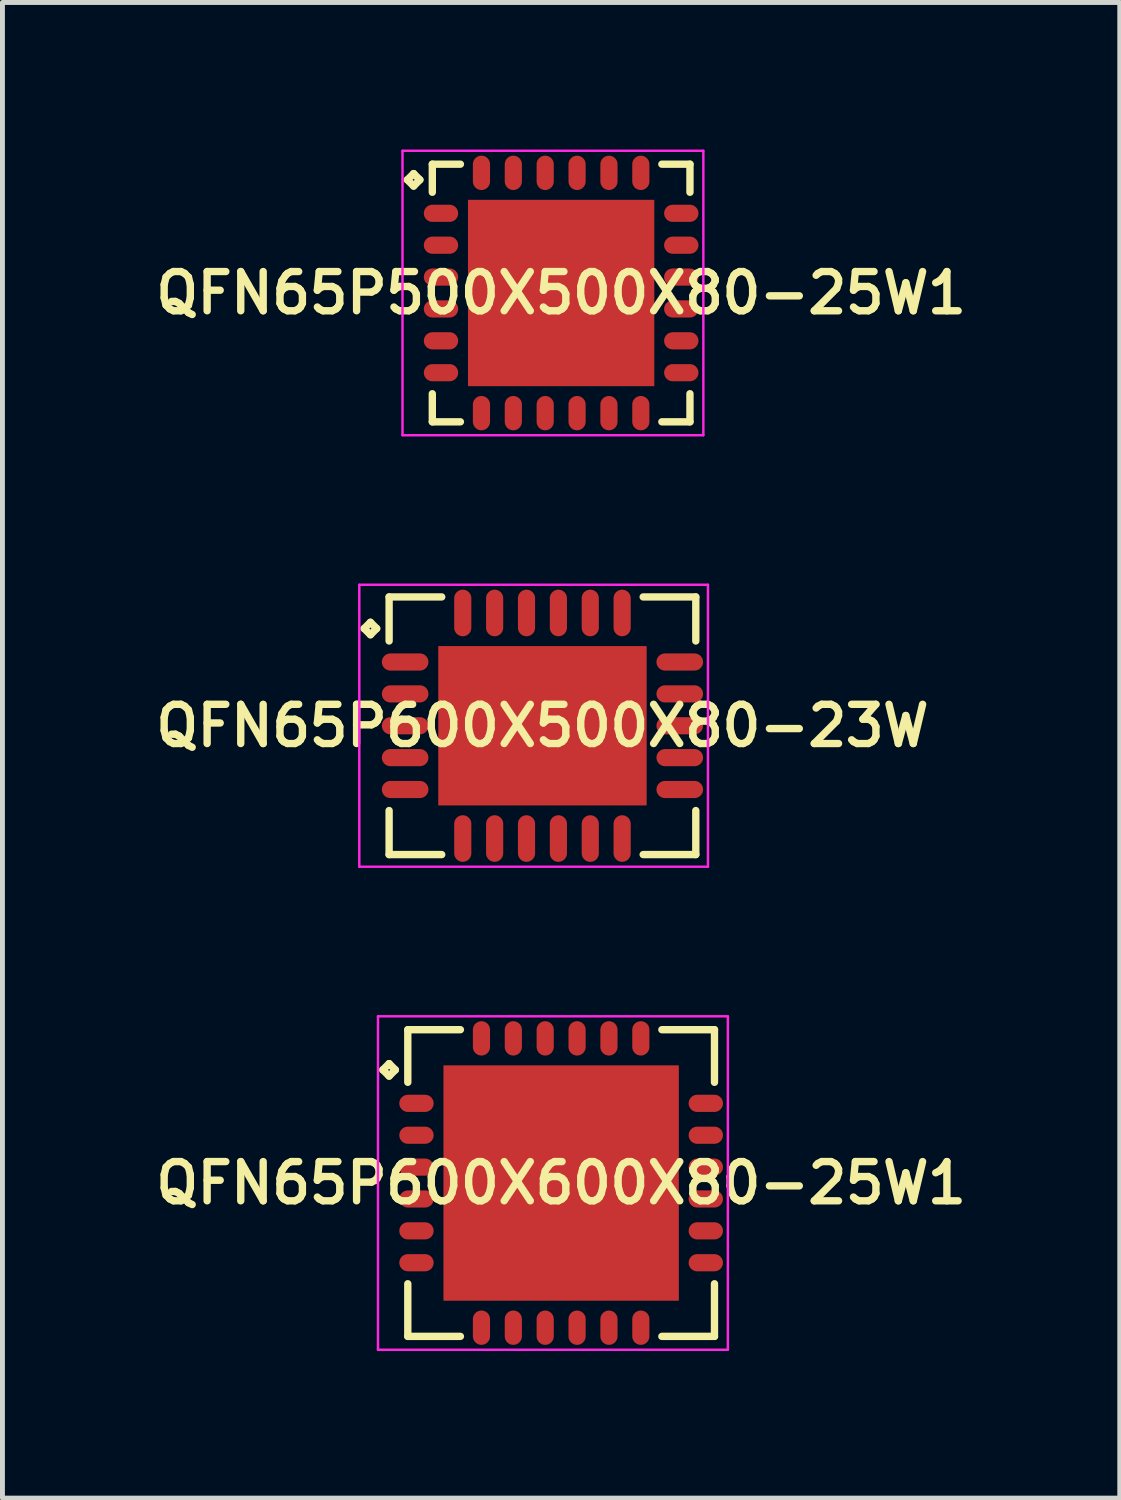
<source format=kicad_pcb>
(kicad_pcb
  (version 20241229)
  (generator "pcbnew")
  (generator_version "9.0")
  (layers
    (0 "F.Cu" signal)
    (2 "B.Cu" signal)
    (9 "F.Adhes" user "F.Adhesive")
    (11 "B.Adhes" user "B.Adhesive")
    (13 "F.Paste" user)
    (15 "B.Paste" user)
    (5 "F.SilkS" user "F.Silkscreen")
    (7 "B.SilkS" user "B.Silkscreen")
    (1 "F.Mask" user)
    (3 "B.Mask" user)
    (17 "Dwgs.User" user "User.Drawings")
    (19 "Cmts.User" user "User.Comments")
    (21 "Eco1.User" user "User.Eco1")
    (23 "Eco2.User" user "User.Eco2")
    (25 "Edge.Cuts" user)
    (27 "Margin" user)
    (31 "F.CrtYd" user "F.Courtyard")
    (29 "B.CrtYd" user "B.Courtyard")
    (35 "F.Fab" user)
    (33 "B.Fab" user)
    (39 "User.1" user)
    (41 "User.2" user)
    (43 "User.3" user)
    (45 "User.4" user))
  (footprint "QFN65P600X600X80-25W1"
    (layer "F.Cu")
    (at 8.393 21.075)
    (property "Reference" "QFN65P600X600X80-25W1" (at 0 0 0) (layer "F.SilkS") (effects (font (size 0.8 0.8) (thickness 0.15))))
    (attr smd)
    (fp_line (start -3.635 -2.308) (end -3.508 -2.435) (stroke (width 0.15) (type solid)) (layer "F.SilkS"))
    (fp_line (start -3.508 -2.435) (end -3.381 -2.308) (stroke (width 0.15) (type solid)) (layer "F.SilkS"))
    (fp_line (start -3.508 -2.181) (end -3.635 -2.308) (stroke (width 0.15) (type solid)) (layer "F.SilkS"))
    (fp_line (start -3.381 -2.308) (end -3.508 -2.181) (stroke (width 0.15) (type solid)) (layer "F.SilkS"))
    (fp_line (start -3.127 -3.127) (end -2.054 -3.127) (stroke (width 0.15) (type solid)) (layer "F.SilkS"))
    (fp_line (start -3.127 -2.054) (end -3.127 -3.127) (stroke (width 0.15) (type solid)) (layer "F.SilkS"))
    (fp_line (start -3.127 2.054) (end -3.127 3.127) (stroke (width 0.15) (type solid)) (layer "F.SilkS"))
    (fp_line (start -3.127 3.127) (end -2.054 3.127) (stroke (width 0.15) (type solid)) (layer "F.SilkS"))
    (fp_line (start 2.054 -3.127) (end 3.127 -3.127) (stroke (width 0.15) (type solid)) (layer "F.SilkS"))
    (fp_line (start 2.054 3.127) (end 3.127 3.127) (stroke (width 0.15) (type solid)) (layer "F.SilkS"))
    (fp_line (start 3.127 -3.127) (end 3.127 -2.054) (stroke (width 0.15) (type solid)) (layer "F.SilkS"))
    (fp_line (start 3.127 3.127) (end 3.127 2.054) (stroke (width 0.15) (type solid)) (layer "F.SilkS"))
    (fp_line (start -3.735 -3.4) (end 3.4 -3.4) (stroke (width 0.05) (type solid)) (layer "F.CrtYd"))
    (fp_line (start -3.735 3.4) (end -3.735 -3.4) (stroke (width 0.05) (type solid)) (layer "F.CrtYd"))
    (fp_line (start 3.4 -3.4) (end 3.4 3.4) (stroke (width 0.05) (type solid)) (layer "F.CrtYd"))
    (fp_line (start 3.4 3.4) (end -3.735 3.4) (stroke (width 0.05) (type solid)) (layer "F.CrtYd"))
    (pad "1" smd oval (at -2.95 -1.625) (size 0.7 0.35) (layers "F.Cu" "F.Mask" "F.Paste"))
    (pad "2" smd oval (at -2.95 -0.975) (size 0.7 0.35) (layers "F.Cu" "F.Mask" "F.Paste"))
    (pad "3" smd oval (at -2.95 -0.325) (size 0.7 0.35) (layers "F.Cu" "F.Mask" "F.Paste"))
    (pad "4" smd oval (at -2.95 0.325) (size 0.7 0.35) (layers "F.Cu" "F.Mask" "F.Paste"))
    (pad "5" smd oval (at -2.95 0.975) (size 0.7 0.35) (layers "F.Cu" "F.Mask" "F.Paste"))
    (pad "6" smd oval (at -2.95 1.625) (size 0.7 0.35) (layers "F.Cu" "F.Mask" "F.Paste"))
    (pad "7" smd oval (at -1.625 2.95) (size 0.35 0.7) (layers "F.Cu" "F.Mask" "F.Paste"))
    (pad "8" smd oval (at -0.975 2.95) (size 0.35 0.7) (layers "F.Cu" "F.Mask" "F.Paste"))
    (pad "9" smd oval (at -0.325 2.95) (size 0.35 0.7) (layers "F.Cu" "F.Mask" "F.Paste"))
    (pad "10" smd oval (at 0.325 2.95) (size 0.35 0.7) (layers "F.Cu" "F.Mask" "F.Paste"))
    (pad "11" smd oval (at 0.975 2.95) (size 0.35 0.7) (layers "F.Cu" "F.Mask" "F.Paste"))
    (pad "12" smd oval (at 1.625 2.95) (size 0.35 0.7) (layers "F.Cu" "F.Mask" "F.Paste"))
    (pad "13" smd oval (at 2.95 1.625) (size 0.7 0.35) (layers "F.Cu" "F.Mask" "F.Paste"))
    (pad "14" smd oval (at 2.95 0.975) (size 0.7 0.35) (layers "F.Cu" "F.Mask" "F.Paste"))
    (pad "15" smd oval (at 2.95 0.325) (size 0.7 0.35) (layers "F.Cu" "F.Mask" "F.Paste"))
    (pad "16" smd oval (at 2.95 -0.325) (size 0.7 0.35) (layers "F.Cu" "F.Mask" "F.Paste"))
    (pad "17" smd oval (at 2.95 -0.975) (size 0.7 0.35) (layers "F.Cu" "F.Mask" "F.Paste"))
    (pad "18" smd oval (at 2.95 -1.625) (size 0.7 0.35) (layers "F.Cu" "F.Mask" "F.Paste"))
    (pad "19" smd oval (at 1.625 -2.95) (size 0.35 0.7) (layers "F.Cu" "F.Mask" "F.Paste"))
    (pad "20" smd oval (at 0.975 -2.95) (size 0.35 0.7) (layers "F.Cu" "F.Mask" "F.Paste"))
    (pad "21" smd oval (at 0.325 -2.95) (size 0.35 0.7) (layers "F.Cu" "F.Mask" "F.Paste"))
    (pad "22" smd oval (at -0.325 -2.95) (size 0.35 0.7) (layers "F.Cu" "F.Mask" "F.Paste"))
    (pad "23" smd oval (at -0.975 -2.95) (size 0.35 0.7) (layers "F.Cu" "F.Mask" "F.Paste"))
    (pad "24" smd oval (at -1.625 -2.95) (size 0.35 0.7) (layers "F.Cu" "F.Mask" "F.Paste"))
    (pad "25" smd rect (at 0 0) (size 4.8 4.8) (layers "F.Cu" "F.Mask" "F.Paste")))
  (footprint "QFN65P600X500X80-23W"
    (layer "F.Cu")
    (at 8.012 11.75)
    (property "Reference" "QFN65P600X500X80-23W" (at 0 0 0) (layer "F.SilkS") (effects (font (size 0.8 0.8) (thickness 0.15))))
    (attr smd)
    (fp_line (start -3.635 -1.983) (end -3.508 -2.11) (stroke (width 0.15) (type solid)) (layer "F.SilkS"))
    (fp_line (start -3.508 -2.11) (end -3.381 -1.983) (stroke (width 0.15) (type solid)) (layer "F.SilkS"))
    (fp_line (start -3.508 -1.856) (end -3.635 -1.983) (stroke (width 0.15) (type solid)) (layer "F.SilkS"))
    (fp_line (start -3.381 -1.983) (end -3.508 -1.856) (stroke (width 0.15) (type solid)) (layer "F.SilkS"))
    (fp_line (start -3.127 -2.627) (end -2.054 -2.627) (stroke (width 0.15) (type solid)) (layer "F.SilkS"))
    (fp_line (start -3.127 -1.729) (end -3.127 -2.627) (stroke (width 0.15) (type solid)) (layer "F.SilkS"))
    (fp_line (start -3.127 1.729) (end -3.127 2.627) (stroke (width 0.15) (type solid)) (layer "F.SilkS"))
    (fp_line (start -3.127 2.627) (end -2.054 2.627) (stroke (width 0.15) (type solid)) (layer "F.SilkS"))
    (fp_line (start 2.054 -2.627) (end 3.127 -2.627) (stroke (width 0.15) (type solid)) (layer "F.SilkS"))
    (fp_line (start 2.054 2.627) (end 3.127 2.627) (stroke (width 0.15) (type solid)) (layer "F.SilkS"))
    (fp_line (start 3.127 -2.627) (end 3.127 -1.729) (stroke (width 0.15) (type solid)) (layer "F.SilkS"))
    (fp_line (start 3.127 2.627) (end 3.127 1.729) (stroke (width 0.15) (type solid)) (layer "F.SilkS"))
    (fp_line (start -3.735 -2.875) (end 3.375 -2.875) (stroke (width 0.05) (type solid)) (layer "F.CrtYd"))
    (fp_line (start -3.735 2.875) (end -3.735 -2.875) (stroke (width 0.05) (type solid)) (layer "F.CrtYd"))
    (fp_line (start 3.375 -2.875) (end 3.375 2.875) (stroke (width 0.05) (type solid)) (layer "F.CrtYd"))
    (fp_line (start 3.375 2.875) (end -3.735 2.875) (stroke (width 0.05) (type solid)) (layer "F.CrtYd"))
    (pad "1" smd oval (at -2.8 -1.3) (size 0.95 0.35) (layers "F.Cu" "F.Mask" "F.Paste"))
    (pad "2" smd oval (at -2.8 -0.65) (size 0.95 0.35) (layers "F.Cu" "F.Mask" "F.Paste"))
    (pad "3" smd oval (at -2.8 0) (size 0.95 0.35) (layers "F.Cu" "F.Mask" "F.Paste"))
    (pad "4" smd oval (at -2.8 0.65) (size 0.95 0.35) (layers "F.Cu" "F.Mask" "F.Paste"))
    (pad "5" smd oval (at -2.8 1.3) (size 0.95 0.35) (layers "F.Cu" "F.Mask" "F.Paste"))
    (pad "6" smd oval (at -1.625 2.3) (size 0.35 0.95) (layers "F.Cu" "F.Mask" "F.Paste"))
    (pad "7" smd oval (at -0.975 2.3) (size 0.35 0.95) (layers "F.Cu" "F.Mask" "F.Paste"))
    (pad "8" smd oval (at -0.325 2.3) (size 0.35 0.95) (layers "F.Cu" "F.Mask" "F.Paste"))
    (pad "9" smd oval (at 0.325 2.3) (size 0.35 0.95) (layers "F.Cu" "F.Mask" "F.Paste"))
    (pad "10" smd oval (at 0.975 2.3) (size 0.35 0.95) (layers "F.Cu" "F.Mask" "F.Paste"))
    (pad "11" smd oval (at 1.625 2.3) (size 0.35 0.95) (layers "F.Cu" "F.Mask" "F.Paste"))
    (pad "12" smd oval (at 2.8 1.3) (size 0.95 0.35) (layers "F.Cu" "F.Mask" "F.Paste"))
    (pad "13" smd oval (at 2.8 0.65) (size 0.95 0.35) (layers "F.Cu" "F.Mask" "F.Paste"))
    (pad "14" smd oval (at 2.8 0) (size 0.95 0.35) (layers "F.Cu" "F.Mask" "F.Paste"))
    (pad "15" smd oval (at 2.8 -0.65) (size 0.95 0.35) (layers "F.Cu" "F.Mask" "F.Paste"))
    (pad "16" smd oval (at 2.8 -1.3) (size 0.95 0.35) (layers "F.Cu" "F.Mask" "F.Paste"))
    (pad "17" smd oval (at 1.625 -2.3) (size 0.35 0.95) (layers "F.Cu" "F.Mask" "F.Paste"))
    (pad "18" smd oval (at 0.975 -2.3) (size 0.35 0.95) (layers "F.Cu" "F.Mask" "F.Paste"))
    (pad "19" smd oval (at 0.325 -2.3) (size 0.35 0.95) (layers "F.Cu" "F.Mask" "F.Paste"))
    (pad "20" smd oval (at -0.325 -2.3) (size 0.35 0.95) (layers "F.Cu" "F.Mask" "F.Paste"))
    (pad "21" smd oval (at -0.975 -2.3) (size 0.35 0.95) (layers "F.Cu" "F.Mask" "F.Paste"))
    (pad "22" smd oval (at -1.625 -2.3) (size 0.35 0.95) (layers "F.Cu" "F.Mask" "F.Paste"))
    (pad "23" smd rect (at 0 0) (size 4.25 3.25) (layers "F.Cu" "F.Mask" "F.Paste")))
  (footprint "QFN65P500X500X80-25W1"
    (layer "F.Cu")
    (at 8.393 2.925)
    (property "Reference" "QFN65P500X500X80-25W1" (at 0 0 0) (layer "F.SilkS") (effects (font (size 0.8 0.8) (thickness 0.15))))
    (attr smd)
    (fp_line (start -3.135 -2.308) (end -3.008 -2.435) (stroke (width 0.15) (type solid)) (layer "F.SilkS"))
    (fp_line (start -3.008 -2.435) (end -2.881 -2.308) (stroke (width 0.15) (type solid)) (layer "F.SilkS"))
    (fp_line (start -3.008 -2.181) (end -3.135 -2.308) (stroke (width 0.15) (type solid)) (layer "F.SilkS"))
    (fp_line (start -2.881 -2.308) (end -3.008 -2.181) (stroke (width 0.15) (type solid)) (layer "F.SilkS"))
    (fp_line (start -2.627 -2.627) (end -2.054 -2.627) (stroke (width 0.15) (type solid)) (layer "F.SilkS"))
    (fp_line (start -2.627 -2.054) (end -2.627 -2.627) (stroke (width 0.15) (type solid)) (layer "F.SilkS"))
    (fp_line (start -2.627 2.054) (end -2.627 2.627) (stroke (width 0.15) (type solid)) (layer "F.SilkS"))
    (fp_line (start -2.627 2.627) (end -2.054 2.627) (stroke (width 0.15) (type solid)) (layer "F.SilkS"))
    (fp_line (start 2.054 -2.627) (end 2.627 -2.627) (stroke (width 0.15) (type solid)) (layer "F.SilkS"))
    (fp_line (start 2.054 2.627) (end 2.627 2.627) (stroke (width 0.15) (type solid)) (layer "F.SilkS"))
    (fp_line (start 2.627 -2.627) (end 2.627 -2.054) (stroke (width 0.15) (type solid)) (layer "F.SilkS"))
    (fp_line (start 2.627 2.627) (end 2.627 2.054) (stroke (width 0.15) (type solid)) (layer "F.SilkS"))
    (fp_line (start -3.235 -2.9) (end 2.9 -2.9) (stroke (width 0.05) (type solid)) (layer "F.CrtYd"))
    (fp_line (start -3.235 2.9) (end -3.235 -2.9) (stroke (width 0.05) (type solid)) (layer "F.CrtYd"))
    (fp_line (start 2.9 -2.9) (end 2.9 2.9) (stroke (width 0.05) (type solid)) (layer "F.CrtYd"))
    (fp_line (start 2.9 2.9) (end -3.235 2.9) (stroke (width 0.05) (type solid)) (layer "F.CrtYd"))
    (pad "1" smd oval (at -2.45 -1.625) (size 0.7 0.35) (layers "F.Cu" "F.Mask" "F.Paste"))
    (pad "2" smd oval (at -2.45 -0.975) (size 0.7 0.35) (layers "F.Cu" "F.Mask" "F.Paste"))
    (pad "3" smd oval (at -2.45 -0.325) (size 0.7 0.35) (layers "F.Cu" "F.Mask" "F.Paste"))
    (pad "4" smd oval (at -2.45 0.325) (size 0.7 0.35) (layers "F.Cu" "F.Mask" "F.Paste"))
    (pad "5" smd oval (at -2.45 0.975) (size 0.7 0.35) (layers "F.Cu" "F.Mask" "F.Paste"))
    (pad "6" smd oval (at -2.45 1.625) (size 0.7 0.35) (layers "F.Cu" "F.Mask" "F.Paste"))
    (pad "7" smd oval (at -1.625 2.45) (size 0.35 0.7) (layers "F.Cu" "F.Mask" "F.Paste"))
    (pad "8" smd oval (at -0.975 2.45) (size 0.35 0.7) (layers "F.Cu" "F.Mask" "F.Paste"))
    (pad "9" smd oval (at -0.325 2.45) (size 0.35 0.7) (layers "F.Cu" "F.Mask" "F.Paste"))
    (pad "10" smd oval (at 0.325 2.45) (size 0.35 0.7) (layers "F.Cu" "F.Mask" "F.Paste"))
    (pad "11" smd oval (at 0.975 2.45) (size 0.35 0.7) (layers "F.Cu" "F.Mask" "F.Paste"))
    (pad "12" smd oval (at 1.625 2.45) (size 0.35 0.7) (layers "F.Cu" "F.Mask" "F.Paste"))
    (pad "13" smd oval (at 2.45 1.625) (size 0.7 0.35) (layers "F.Cu" "F.Mask" "F.Paste"))
    (pad "14" smd oval (at 2.45 0.975) (size 0.7 0.35) (layers "F.Cu" "F.Mask" "F.Paste"))
    (pad "15" smd oval (at 2.45 0.325) (size 0.7 0.35) (layers "F.Cu" "F.Mask" "F.Paste"))
    (pad "16" smd oval (at 2.45 -0.325) (size 0.7 0.35) (layers "F.Cu" "F.Mask" "F.Paste"))
    (pad "17" smd oval (at 2.45 -0.975) (size 0.7 0.35) (layers "F.Cu" "F.Mask" "F.Paste"))
    (pad "18" smd oval (at 2.45 -1.625) (size 0.7 0.35) (layers "F.Cu" "F.Mask" "F.Paste"))
    (pad "19" smd oval (at 1.625 -2.45) (size 0.35 0.7) (layers "F.Cu" "F.Mask" "F.Paste"))
    (pad "20" smd oval (at 0.975 -2.45) (size 0.35 0.7) (layers "F.Cu" "F.Mask" "F.Paste"))
    (pad "21" smd oval (at 0.325 -2.45) (size 0.35 0.7) (layers "F.Cu" "F.Mask" "F.Paste"))
    (pad "22" smd oval (at -0.325 -2.45) (size 0.35 0.7) (layers "F.Cu" "F.Mask" "F.Paste"))
    (pad "23" smd oval (at -0.975 -2.45) (size 0.35 0.7) (layers "F.Cu" "F.Mask" "F.Paste"))
    (pad "24" smd oval (at -1.625 -2.45) (size 0.35 0.7) (layers "F.Cu" "F.Mask" "F.Paste"))
    (pad "25" smd rect (at 0 0) (size 3.8 3.8) (layers "F.Cu" "F.Mask" "F.Paste")))
  (gr_rect
    (start -3 -3)
    (end 19.785 27.5)
    (stroke (width 0.1) (type default))
    (fill no)
    (layer "Edge.Cuts")))
</source>
